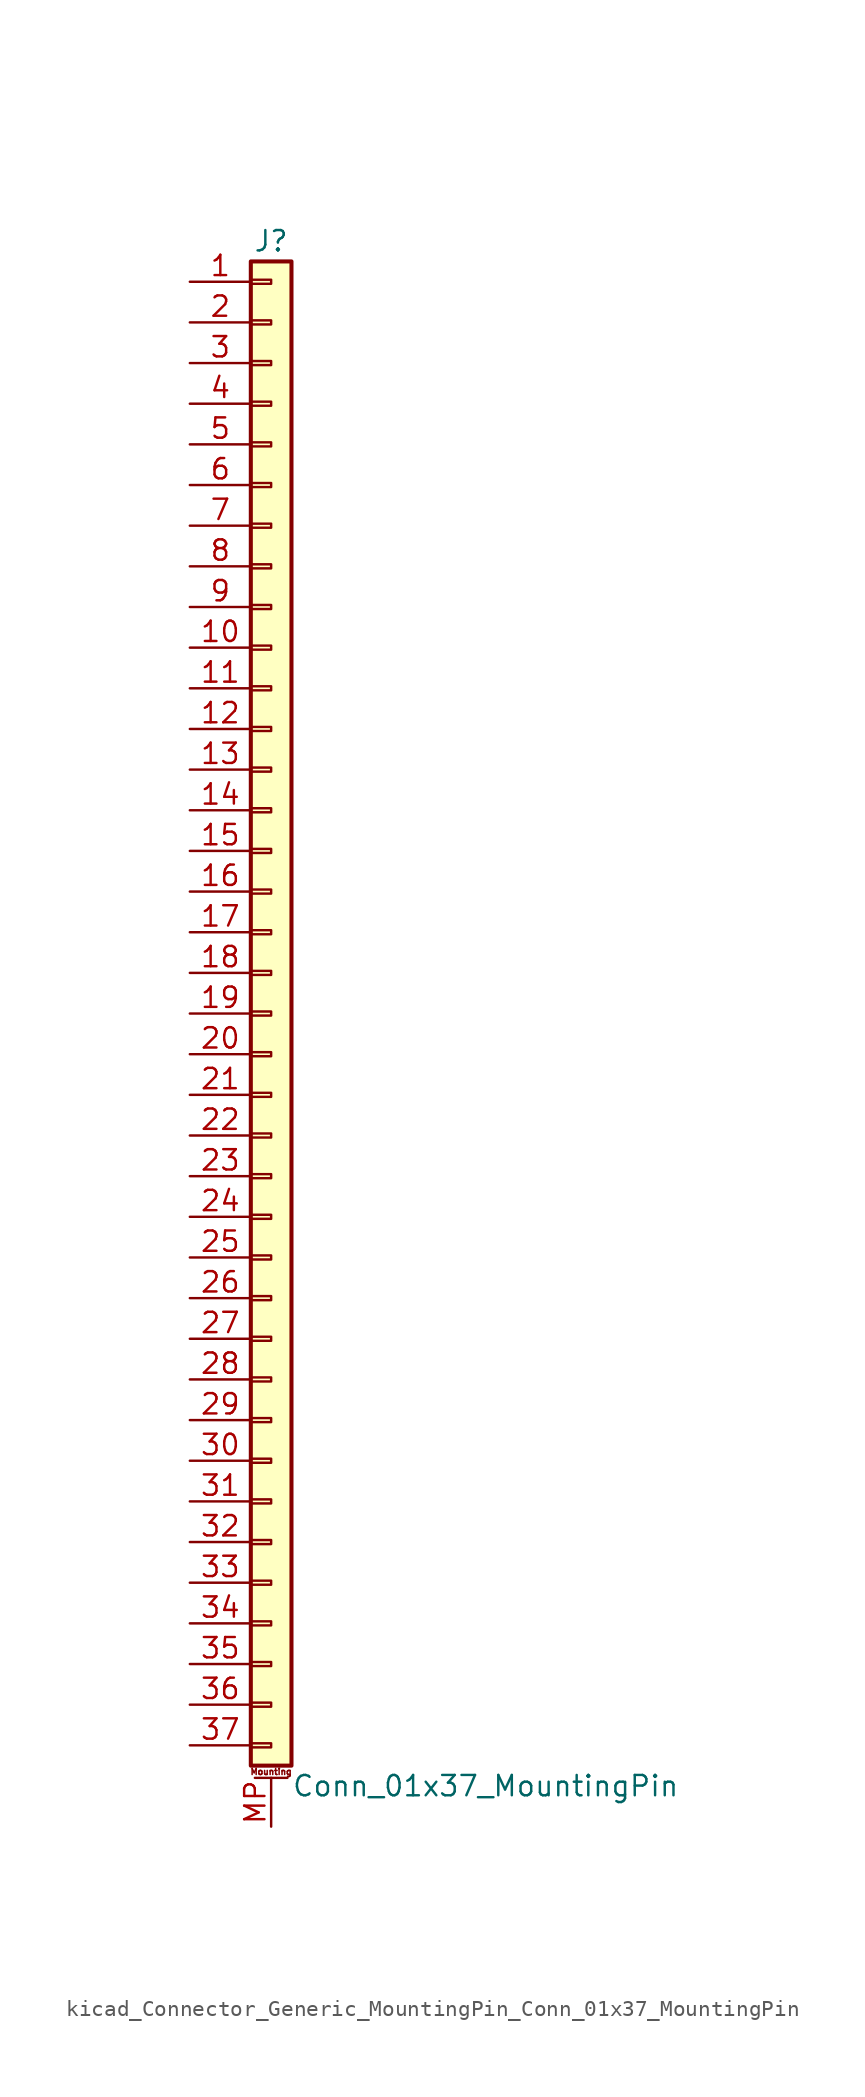
<source format=kicad_sym>
(kicad_symbol_lib
  (version 20220914)
  (generator kicad_symbol_editor)
  (symbol "kicad_Connector_Generic_MountingPin_Conn_01x37_MountingPin"
    (pin_names
      (offset 1.016) hide)
    (property "Reference" "J"
      (at 0 48.26 0)
      (effects (font (size 1.27 1.27))))
    (property "Value" "Conn_01x37_MountingPin"
      (at 1.27 -48.26 0)
      (effects (font (size 1.27 1.27)) (justify left)))
    (symbol "kicad_Connector_Generic_MountingPin_Conn_01x37_MountingPin_1_1"
      (rectangle (start -1.27 -45.593) (end 0 -45.847) (stroke (width 0.152) (type default)) (fill (type none)))
      (rectangle (start -1.27 -43.053) (end 0 -43.307) (stroke (width 0.152) (type default)) (fill (type none)))
      (rectangle (start -1.27 -40.513) (end 0 -40.767) (stroke (width 0.152) (type default)) (fill (type none)))
      (rectangle (start -1.27 -37.973) (end 0 -38.227) (stroke (width 0.152) (type default)) (fill (type none)))
      (rectangle (start -1.27 -35.433) (end 0 -35.687) (stroke (width 0.152) (type default)) (fill (type none)))
      (rectangle (start -1.27 -32.893) (end 0 -33.147) (stroke (width 0.152) (type default)) (fill (type none)))
      (rectangle (start -1.27 -30.353) (end 0 -30.607) (stroke (width 0.152) (type default)) (fill (type none)))
      (rectangle (start -1.27 -27.813) (end 0 -28.067) (stroke (width 0.152) (type default)) (fill (type none)))
      (rectangle (start -1.27 -25.273) (end 0 -25.527) (stroke (width 0.152) (type default)) (fill (type none)))
      (rectangle (start -1.27 -22.733) (end 0 -22.987) (stroke (width 0.152) (type default)) (fill (type none)))
      (rectangle (start -1.27 -20.193) (end 0 -20.447) (stroke (width 0.152) (type default)) (fill (type none)))
      (rectangle (start -1.27 -17.653) (end 0 -17.907) (stroke (width 0.152) (type default)) (fill (type none)))
      (rectangle (start -1.27 -15.113) (end 0 -15.367) (stroke (width 0.152) (type default)) (fill (type none)))
      (rectangle (start -1.27 -12.573) (end 0 -12.827) (stroke (width 0.152) (type default)) (fill (type none)))
      (rectangle (start -1.27 -10.033) (end 0 -10.287) (stroke (width 0.152) (type default)) (fill (type none)))
      (rectangle (start -1.27 -7.493) (end 0 -7.747) (stroke (width 0.152) (type default)) (fill (type none)))
      (rectangle (start -1.27 -4.953) (end 0 -5.207) (stroke (width 0.152) (type default)) (fill (type none)))
      (rectangle (start -1.27 -2.413) (end 0 -2.667) (stroke (width 0.152) (type default)) (fill (type none)))
      (rectangle (start -1.27 0.127) (end 0 -0.127) (stroke (width 0.152) (type default)) (fill (type none)))
      (rectangle (start -1.27 2.667) (end 0 2.413) (stroke (width 0.152) (type default)) (fill (type none)))
      (rectangle (start -1.27 5.207) (end 0 4.953) (stroke (width 0.152) (type default)) (fill (type none)))
      (rectangle (start -1.27 7.747) (end 0 7.493) (stroke (width 0.152) (type default)) (fill (type none)))
      (rectangle (start -1.27 10.287) (end 0 10.033) (stroke (width 0.152) (type default)) (fill (type none)))
      (rectangle (start -1.27 12.827) (end 0 12.573) (stroke (width 0.152) (type default)) (fill (type none)))
      (rectangle (start -1.27 15.367) (end 0 15.113) (stroke (width 0.152) (type default)) (fill (type none)))
      (rectangle (start -1.27 17.907) (end 0 17.653) (stroke (width 0.152) (type default)) (fill (type none)))
      (rectangle (start -1.27 20.447) (end 0 20.193) (stroke (width 0.152) (type default)) (fill (type none)))
      (rectangle (start -1.27 22.987) (end 0 22.733) (stroke (width 0.152) (type default)) (fill (type none)))
      (rectangle (start -1.27 25.527) (end 0 25.273) (stroke (width 0.152) (type default)) (fill (type none)))
      (rectangle (start -1.27 28.067) (end 0 27.813) (stroke (width 0.152) (type default)) (fill (type none)))
      (rectangle (start -1.27 30.607) (end 0 30.353) (stroke (width 0.152) (type default)) (fill (type none)))
      (rectangle (start -1.27 33.147) (end 0 32.893) (stroke (width 0.152) (type default)) (fill (type none)))
      (rectangle (start -1.27 35.687) (end 0 35.433) (stroke (width 0.152) (type default)) (fill (type none)))
      (rectangle (start -1.27 38.227) (end 0 37.973) (stroke (width 0.152) (type default)) (fill (type none)))
      (rectangle (start -1.27 40.767) (end 0 40.513) (stroke (width 0.152) (type default)) (fill (type none)))
      (rectangle (start -1.27 43.307) (end 0 43.053) (stroke (width 0.152) (type default)) (fill (type none)))
      (rectangle (start -1.27 45.847) (end 0 45.593) (stroke (width 0.152) (type default)) (fill (type none)))
      (rectangle (start -1.27 46.99) (end 1.27 -46.99) (stroke (width 0.254) (type default)) (fill (type background)))
      (polyline (pts (xy -1.016 -47.752) (xy 1.016 -47.752)) (stroke (width 0.152) (type default)) (fill (type none)))
      (text "Mounting" (at 0 -47.371 0) (effects (font (size 0.381 0.381))))
      (pin passive line (at -5.08 45.72 0) (length 3.81) (name "Pin_1" (effects (font (size 1.27 1.27)))) (number "1" (effects (font (size 1.27 1.27)))))
      (pin passive line (at -5.08 22.86 0) (length 3.81) (name "Pin_10" (effects (font (size 1.27 1.27)))) (number "10" (effects (font (size 1.27 1.27)))))
      (pin passive line (at -5.08 20.32 0) (length 3.81) (name "Pin_11" (effects (font (size 1.27 1.27)))) (number "11" (effects (font (size 1.27 1.27)))))
      (pin passive line (at -5.08 17.78 0) (length 3.81) (name "Pin_12" (effects (font (size 1.27 1.27)))) (number "12" (effects (font (size 1.27 1.27)))))
      (pin passive line (at -5.08 15.24 0) (length 3.81) (name "Pin_13" (effects (font (size 1.27 1.27)))) (number "13" (effects (font (size 1.27 1.27)))))
      (pin passive line (at -5.08 12.7 0) (length 3.81) (name "Pin_14" (effects (font (size 1.27 1.27)))) (number "14" (effects (font (size 1.27 1.27)))))
      (pin passive line (at -5.08 10.16 0) (length 3.81) (name "Pin_15" (effects (font (size 1.27 1.27)))) (number "15" (effects (font (size 1.27 1.27)))))
      (pin passive line (at -5.08 7.62 0) (length 3.81) (name "Pin_16" (effects (font (size 1.27 1.27)))) (number "16" (effects (font (size 1.27 1.27)))))
      (pin passive line (at -5.08 5.08 0) (length 3.81) (name "Pin_17" (effects (font (size 1.27 1.27)))) (number "17" (effects (font (size 1.27 1.27)))))
      (pin passive line (at -5.08 2.54 0) (length 3.81) (name "Pin_18" (effects (font (size 1.27 1.27)))) (number "18" (effects (font (size 1.27 1.27)))))
      (pin passive line (at -5.08 0 0) (length 3.81) (name "Pin_19" (effects (font (size 1.27 1.27)))) (number "19" (effects (font (size 1.27 1.27)))))
      (pin passive line (at -5.08 43.18 0) (length 3.81) (name "Pin_2" (effects (font (size 1.27 1.27)))) (number "2" (effects (font (size 1.27 1.27)))))
      (pin passive line (at -5.08 -2.54 0) (length 3.81) (name "Pin_20" (effects (font (size 1.27 1.27)))) (number "20" (effects (font (size 1.27 1.27)))))
      (pin passive line (at -5.08 -5.08 0) (length 3.81) (name "Pin_21" (effects (font (size 1.27 1.27)))) (number "21" (effects (font (size 1.27 1.27)))))
      (pin passive line (at -5.08 -7.62 0) (length 3.81) (name "Pin_22" (effects (font (size 1.27 1.27)))) (number "22" (effects (font (size 1.27 1.27)))))
      (pin passive line (at -5.08 -10.16 0) (length 3.81) (name "Pin_23" (effects (font (size 1.27 1.27)))) (number "23" (effects (font (size 1.27 1.27)))))
      (pin passive line (at -5.08 -12.7 0) (length 3.81) (name "Pin_24" (effects (font (size 1.27 1.27)))) (number "24" (effects (font (size 1.27 1.27)))))
      (pin passive line (at -5.08 -15.24 0) (length 3.81) (name "Pin_25" (effects (font (size 1.27 1.27)))) (number "25" (effects (font (size 1.27 1.27)))))
      (pin passive line (at -5.08 -17.78 0) (length 3.81) (name "Pin_26" (effects (font (size 1.27 1.27)))) (number "26" (effects (font (size 1.27 1.27)))))
      (pin passive line (at -5.08 -20.32 0) (length 3.81) (name "Pin_27" (effects (font (size 1.27 1.27)))) (number "27" (effects (font (size 1.27 1.27)))))
      (pin passive line (at -5.08 -22.86 0) (length 3.81) (name "Pin_28" (effects (font (size 1.27 1.27)))) (number "28" (effects (font (size 1.27 1.27)))))
      (pin passive line (at -5.08 -25.4 0) (length 3.81) (name "Pin_29" (effects (font (size 1.27 1.27)))) (number "29" (effects (font (size 1.27 1.27)))))
      (pin passive line (at -5.08 40.64 0) (length 3.81) (name "Pin_3" (effects (font (size 1.27 1.27)))) (number "3" (effects (font (size 1.27 1.27)))))
      (pin passive line (at -5.08 -27.94 0) (length 3.81) (name "Pin_30" (effects (font (size 1.27 1.27)))) (number "30" (effects (font (size 1.27 1.27)))))
      (pin passive line (at -5.08 -30.48 0) (length 3.81) (name "Pin_31" (effects (font (size 1.27 1.27)))) (number "31" (effects (font (size 1.27 1.27)))))
      (pin passive line (at -5.08 -33.02 0) (length 3.81) (name "Pin_32" (effects (font (size 1.27 1.27)))) (number "32" (effects (font (size 1.27 1.27)))))
      (pin passive line (at -5.08 -35.56 0) (length 3.81) (name "Pin_33" (effects (font (size 1.27 1.27)))) (number "33" (effects (font (size 1.27 1.27)))))
      (pin passive line (at -5.08 -38.1 0) (length 3.81) (name "Pin_34" (effects (font (size 1.27 1.27)))) (number "34" (effects (font (size 1.27 1.27)))))
      (pin passive line (at -5.08 -40.64 0) (length 3.81) (name "Pin_35" (effects (font (size 1.27 1.27)))) (number "35" (effects (font (size 1.27 1.27)))))
      (pin passive line (at -5.08 -43.18 0) (length 3.81) (name "Pin_36" (effects (font (size 1.27 1.27)))) (number "36" (effects (font (size 1.27 1.27)))))
      (pin passive line (at -5.08 -45.72 0) (length 3.81) (name "Pin_37" (effects (font (size 1.27 1.27)))) (number "37" (effects (font (size 1.27 1.27)))))
      (pin passive line (at -5.08 38.1 0) (length 3.81) (name "Pin_4" (effects (font (size 1.27 1.27)))) (number "4" (effects (font (size 1.27 1.27)))))
      (pin passive line (at -5.08 35.56 0) (length 3.81) (name "Pin_5" (effects (font (size 1.27 1.27)))) (number "5" (effects (font (size 1.27 1.27)))))
      (pin passive line (at -5.08 33.02 0) (length 3.81) (name "Pin_6" (effects (font (size 1.27 1.27)))) (number "6" (effects (font (size 1.27 1.27)))))
      (pin passive line (at -5.08 30.48 0) (length 3.81) (name "Pin_7" (effects (font (size 1.27 1.27)))) (number "7" (effects (font (size 1.27 1.27)))))
      (pin passive line (at -5.08 27.94 0) (length 3.81) (name "Pin_8" (effects (font (size 1.27 1.27)))) (number "8" (effects (font (size 1.27 1.27)))))
      (pin passive line (at -5.08 25.4 0) (length 3.81) (name "Pin_9" (effects (font (size 1.27 1.27)))) (number "9" (effects (font (size 1.27 1.27)))))
      (pin passive line (at 0 -50.8 90) (length 3.048) (name "MountPin" (effects (font (size 1.27 1.27)))) (number "MP" (effects (font (size 1.27 1.27))))))))
</source>
